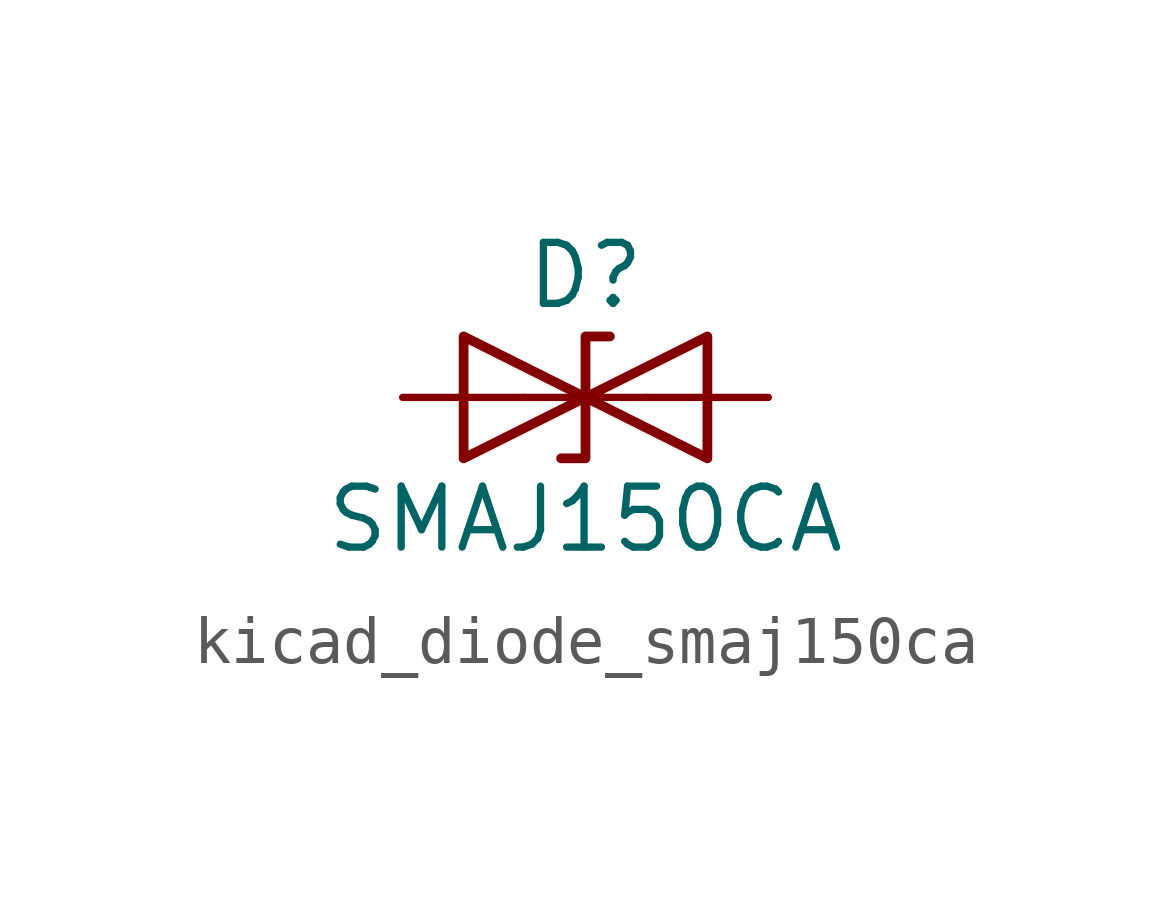
<source format=kicad_sym>
(kicad_symbol_lib
  (version 20220914)
  (generator kicad_symbol_editor)
  (symbol "kicad_diode_smaj150ca"
    (pin_numbers hide)
    (pin_names
      (offset 1.016) hide)
    (property "Reference" "D"
      (at 0 2.54 0)
      (effects (font (size 1.27 1.27))))
    (property "Value" "SMAJ150CA"
      (at 0 -2.54 0)
      (effects (font (size 1.27 1.27))))
    (symbol "kicad_diode_smaj150ca_0_1"
      (polyline (pts (xy 1.27 0) (xy -1.27 0)) (stroke (width 0) (type default)) (fill (type none)))
      (polyline (pts (xy -2.54 -1.27) (xy 0 0) (xy -2.54 1.27) (xy -2.54 -1.27)) (stroke (width 0.203) (type default)) (fill (type none)))
      (polyline (pts (xy 0.508 1.27) (xy 0 1.27) (xy 0 -1.27) (xy -0.508 -1.27)) (stroke (width 0.203) (type default)) (fill (type none)))
      (polyline (pts (xy 2.54 1.27) (xy 2.54 -1.27) (xy 0 0) (xy 2.54 1.27)) (stroke (width 0.203) (type default)) (fill (type none))))
    (symbol "kicad_diode_smaj150ca_1_1"
      (pin passive line (at -3.81 0 0) (length 2.54) (name "A1" (effects (font (size 1.27 1.27)))) (number "1" (effects (font (size 1.27 1.27)))))
      (pin passive line (at 3.81 0 180) (length 2.54) (name "A2" (effects (font (size 1.27 1.27)))) (number "2" (effects (font (size 1.27 1.27))))))))
</source>
